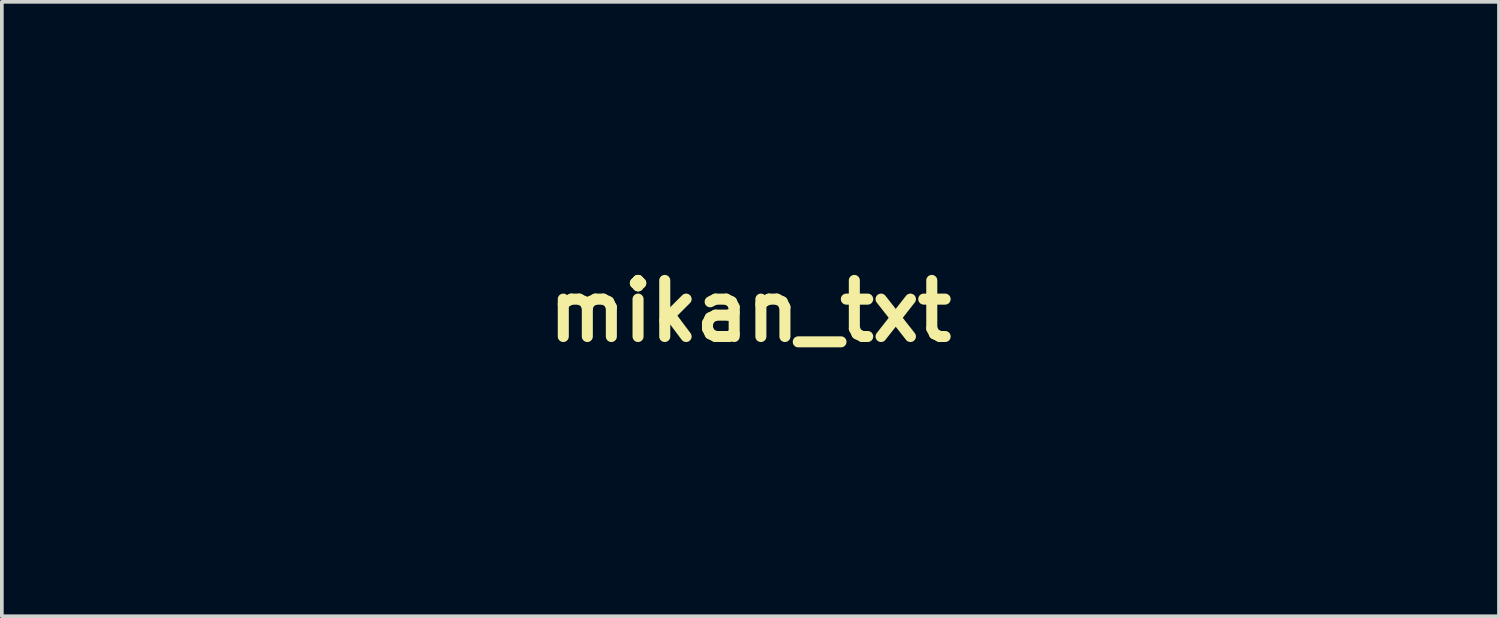
<source format=kicad_pcb>
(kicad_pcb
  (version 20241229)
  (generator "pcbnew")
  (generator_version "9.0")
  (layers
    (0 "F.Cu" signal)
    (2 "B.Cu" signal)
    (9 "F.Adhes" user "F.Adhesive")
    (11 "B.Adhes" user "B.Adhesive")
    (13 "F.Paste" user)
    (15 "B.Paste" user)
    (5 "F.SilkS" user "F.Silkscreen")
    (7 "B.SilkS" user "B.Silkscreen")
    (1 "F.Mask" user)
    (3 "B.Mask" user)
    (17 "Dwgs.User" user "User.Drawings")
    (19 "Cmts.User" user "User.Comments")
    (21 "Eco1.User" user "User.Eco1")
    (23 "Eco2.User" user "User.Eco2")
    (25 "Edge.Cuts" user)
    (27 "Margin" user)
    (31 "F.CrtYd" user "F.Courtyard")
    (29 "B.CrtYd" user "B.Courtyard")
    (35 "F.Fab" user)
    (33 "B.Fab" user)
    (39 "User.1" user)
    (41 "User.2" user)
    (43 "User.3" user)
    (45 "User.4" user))
  (footprint "mikan_txt"
    (layer "F.Cu")
    (at 17.339 5.406)
    (property "Reference" "mikan_txt" (at 0 0 0) (layer "F.SilkS") (effects (font (size 1.524 1.524) (thickness 0.3))))
    (attr through_hole)
    (fp_poly (pts (xy 2.945 -3.384) (xy 3.258 -3.299) (xy 3.611 -3.182) (xy 3.967 -3.043) (xy 4.247 -2.914) (xy 4.85 -2.549) (xy 5.34 -2.123) (xy 5.697 -1.658) (xy 5.888 -1.228) (xy 5.975 -0.769) (xy 5.967 -0.352) (xy 5.867 -0.019) (xy 5.783 0.104) (xy 5.615 0.219) (xy 5.385 0.249) (xy 5.075 0.189) (xy 4.666 0.036) (xy 4.14 -0.214) (xy 4.095 -0.237) (xy 3.153 -0.72) (xy 3.498 -0.889) (xy 3.793 -1.06) (xy 3.938 -1.23) (xy 3.947 -1.433) (xy 3.834 -1.706) (xy 3.83 -1.715) (xy 3.689 -1.94) (xy 3.472 -2.243) (xy 3.217 -2.571) (xy 3.093 -2.721) (xy 2.868 -2.996) (xy 2.698 -3.223) (xy 2.603 -3.37) (xy 2.592 -3.41) (xy 2.71 -3.425) (xy 2.945 -3.384)) (stroke (width 0.01) (type solid)) (fill yes) (layer "F.Mask"))
    (fp_poly (pts (xy 12.609 -5.363) (xy 12.919 -5.272) (xy 12.959 -5.26) (xy 13.354 -5.096) (xy 13.665 -4.898) (xy 13.875 -4.684) (xy 13.964 -4.476) (xy 13.917 -4.292) (xy 13.864 -4.237) (xy 13.743 -4.138) (xy 13.54 -3.974) (xy 13.363 -3.831) (xy 13.068 -3.572) (xy 12.763 -3.272) (xy 12.634 -3.133) (xy 12.472 -2.936) (xy 12.258 -2.658) (xy 12.008 -2.323) (xy 11.741 -1.957) (xy 11.476 -1.585) (xy 11.23 -1.234) (xy 11.022 -0.928) (xy 10.87 -0.694) (xy 10.791 -0.556) (xy 10.786 -0.532) (xy 10.874 -0.544) (xy 11.074 -0.609) (xy 11.324 -0.704) (xy 11.597 -0.81) (xy 11.803 -0.861) (xy 12.009 -0.863) (xy 12.284 -0.823) (xy 12.434 -0.795) (xy 12.932 -0.671) (xy 13.271 -0.519) (xy 13.448 -0.343) (xy 13.461 -0.146) (xy 13.309 0.07) (xy 13.052 0.262) (xy 12.649 0.593) (xy 12.381 1.008) (xy 12.236 1.529) (xy 12.214 1.729) (xy 12.224 2.231) (xy 12.343 2.604) (xy 12.564 2.846) (xy 12.882 2.952) (xy 13.29 2.92) (xy 13.784 2.745) (xy 13.885 2.696) (xy 14.36 2.396) (xy 14.871 1.963) (xy 15.398 1.42) (xy 15.919 0.793) (xy 16.412 0.106) (xy 16.856 -0.615) (xy 17.027 -0.931) (xy 17.313 -1.482) (xy 17.341 -1.193) (xy 17.345 -0.919) (xy 17.321 -0.528) (xy 17.275 -0.07) (xy 17.213 0.406) (xy 17.141 0.852) (xy 17.064 1.217) (xy 17.061 1.228) (xy 16.863 1.823) (xy 16.581 2.432) (xy 16.248 2.988) (xy 15.974 3.347) (xy 15.453 3.817) (xy 14.83 4.161) (xy 14.217 4.357) (xy 13.772 4.446) (xy 13.414 4.473) (xy 13.071 4.439) (xy 12.757 4.366) (xy 12.222 4.143) (xy 11.796 3.792) (xy 11.481 3.319) (xy 11.279 2.728) (xy 11.194 2.024) (xy 11.202 1.498) (xy 11.22 1.094) (xy 11.201 0.838) (xy 11.134 0.713) (xy 11.006 0.7) (xy 10.803 0.779) (xy 10.741 0.81) (xy 10.423 1.031) (xy 10.032 1.402) (xy 9.57 1.921) (xy 9.037 2.588) (xy 8.875 2.802) (xy 8.448 3.356) (xy 8.101 3.775) (xy 7.822 4.067) (xy 7.6 4.239) (xy 7.425 4.3) (xy 7.284 4.257) (xy 7.167 4.12) (xy 7.137 4.063) (xy 7.076 3.86) (xy 7.037 3.567) (xy 7.029 3.372) (xy 7.033 3.176) (xy 7.057 3.006) (xy 7.115 2.83) (xy 7.221 2.614) (xy 7.389 2.328) (xy 7.632 1.939) (xy 7.689 1.848) (xy 8.114 1.175) (xy 8.551 0.474) (xy 8.992 -0.239) (xy 9.427 -0.949) (xy 9.848 -1.642) (xy 10.246 -2.302) (xy 10.611 -2.914) (xy 10.936 -3.464) (xy 11.21 -3.937) (xy 11.426 -4.318) (xy 11.574 -4.592) (xy 11.645 -4.744) (xy 11.65 -4.768) (xy 11.565 -4.911) (xy 11.471 -5.047) (xy 11.409 -5.146) (xy 11.42 -5.21) (xy 11.534 -5.26) (xy 11.778 -5.318) (xy 11.861 -5.336) (xy 12.153 -5.39) (xy 12.378 -5.401) (xy 12.609 -5.363)) (stroke (width 0.01) (type solid)) (fill yes) (layer "F.Mask"))
    (fp_poly (pts (xy -1.675 -5.059) (xy -1.393 -5.014) (xy -1.187 -4.921) (xy -0.98 -4.739) (xy -0.916 -4.671) (xy -0.732 -4.454) (xy -0.632 -4.258) (xy -0.61 -4.037) (xy -0.66 -3.746) (xy -0.76 -3.391) (xy -0.839 -3.112) (xy -0.888 -2.905) (xy -0.895 -2.814) (xy -0.895 -2.814) (xy -0.803 -2.819) (xy -0.601 -2.864) (xy -0.419 -2.914) (xy 0.148 -3.013) (xy 0.665 -2.962) (xy 1.115 -2.765) (xy 1.262 -2.654) (xy 1.652 -2.265) (xy 1.902 -1.868) (xy 2.023 -1.43) (xy 2.025 -0.916) (xy 1.95 -0.439) (xy 1.74 0.438) (xy 1.475 1.308) (xy 1.164 2.147) (xy 0.821 2.932) (xy 0.455 3.639) (xy 0.077 4.244) (xy -0.3 4.724) (xy -0.593 5.001) (xy -0.899 5.208) (xy -1.138 5.288) (xy -1.344 5.247) (xy -1.425 5.199) (xy -1.523 5.082) (xy -1.665 4.848) (xy -1.84 4.528) (xy -2.032 4.15) (xy -2.228 3.744) (xy -2.414 3.339) (xy -2.576 2.966) (xy -2.7 2.653) (xy -2.772 2.43) (xy -2.778 2.327) (xy -2.778 2.326) (xy -2.694 2.348) (xy -2.498 2.429) (xy -2.228 2.554) (xy -2.158 2.587) (xy -1.776 2.762) (xy -1.499 2.85) (xy -1.287 2.856) (xy -1.101 2.783) (xy -0.972 2.693) (xy -0.781 2.476) (xy -0.572 2.128) (xy -0.358 1.684) (xy -0.151 1.179) (xy 0.035 0.647) (xy 0.188 0.124) (xy 0.293 -0.356) (xy 0.338 -0.757) (xy 0.339 -0.806) (xy 0.291 -1.197) (xy 0.142 -1.455) (xy -0.113 -1.587) (xy -0.327 -1.609) (xy -0.65 -1.574) (xy -0.999 -1.485) (xy -1.312 -1.361) (xy -1.528 -1.223) (xy -1.549 -1.201) (xy -1.626 -1.075) (xy -1.752 -0.823) (xy -1.913 -0.48) (xy -2.092 -0.077) (xy -2.161 0.085) (xy -2.526 0.93) (xy -2.841 1.633) (xy -3.117 2.21) (xy -3.361 2.677) (xy -3.582 3.051) (xy -3.789 3.348) (xy -3.991 3.585) (xy -4.009 3.604) (xy -4.242 3.827) (xy -4.447 3.99) (xy -4.584 4.063) (xy -4.596 4.064) (xy -4.778 3.985) (xy -4.92 3.766) (xy -5.01 3.435) (xy -5.036 3.089) (xy -5.028 2.796) (xy -4.985 2.583) (xy -4.883 2.382) (xy -4.697 2.125) (xy -4.685 2.11) (xy -4.486 1.834) (xy -4.259 1.489) (xy -4.017 1.103) (xy -3.778 0.704) (xy -3.557 0.317) (xy -3.369 -0.03) (xy -3.23 -0.309) (xy -3.155 -0.494) (xy -3.151 -0.555) (xy -3.241 -0.546) (xy -3.435 -0.491) (xy -3.562 -0.448) (xy -3.841 -0.375) (xy -4.086 -0.355) (xy -4.151 -0.364) (xy -4.32 -0.446) (xy -4.547 -0.603) (xy -4.793 -0.801) (xy -5.019 -1.008) (xy -5.184 -1.187) (xy -5.249 -1.306) (xy -5.249 -1.308) (xy -5.174 -1.379) (xy -4.944 -1.431) (xy -4.668 -1.458) (xy -4.362 -1.493) (xy -4.07 -1.561) (xy -3.744 -1.679) (xy -3.334 -1.86) (xy -3.196 -1.926) (xy -2.305 -2.351) (xy -2.117 -3.144) (xy -2.005 -3.671) (xy -1.95 -4.081) (xy -1.949 -4.418) (xy -2.001 -4.723) (xy -2.026 -4.815) (xy -2.111 -5.101) (xy -1.675 -5.059)) (stroke (width 0.01) (type solid)) (fill yes) (layer "F.Mask"))
    (fp_poly (pts (xy -11.77 -5.127) (xy -11.422 -5.028) (xy -11.054 -4.891) (xy -10.725 -4.739) (xy -10.497 -4.595) (xy -10.487 -4.587) (xy -10.23 -4.356) (xy -10.739 -3.749) (xy -11.014 -3.399) (xy -11.287 -3.017) (xy -11.509 -2.672) (xy -11.549 -2.603) (xy -11.682 -2.352) (xy -11.847 -2.022) (xy -12.031 -1.642) (xy -12.221 -1.241) (xy -12.401 -0.849) (xy -12.56 -0.495) (xy -12.682 -0.21) (xy -12.756 -0.022) (xy -12.769 0.039) (xy -12.679 0.061) (xy -12.463 0.101) (xy -12.165 0.151) (xy -12.087 0.163) (xy -11.672 0.238) (xy -11.193 0.341) (xy -10.747 0.449) (xy -10.711 0.459) (xy -9.99 0.651) (xy -9.736 -0.141) (xy -9.627 -0.497) (xy -9.541 -0.803) (xy -9.491 -1.017) (xy -9.482 -1.081) (xy -9.543 -1.225) (xy -9.695 -1.401) (xy -9.746 -1.445) (xy -10.011 -1.663) (xy -9.576 -1.942) (xy -9.142 -2.22) (xy -8.696 -2.002) (xy -8.396 -1.83) (xy -8.118 -1.63) (xy -7.998 -1.521) (xy -7.747 -1.259) (xy -8.159 -0.075) (xy -8.301 0.342) (xy -8.418 0.698) (xy -8.5 0.965) (xy -8.539 1.114) (xy -8.54 1.135) (xy -8.455 1.184) (xy -8.261 1.289) (xy -7.998 1.429) (xy -7.976 1.441) (xy -7.395 1.809) (xy -6.971 2.219) (xy -6.707 2.665) (xy -6.605 3.145) (xy -6.604 3.196) (xy -6.67 3.411) (xy -6.83 3.605) (xy -7.027 3.716) (xy -7.091 3.723) (xy -7.32 3.671) (xy -7.648 3.531) (xy -8.04 3.319) (xy -8.458 3.054) (xy -8.716 2.885) (xy -8.922 2.762) (xy -9.034 2.71) (xy -9.038 2.709) (xy -9.113 2.779) (xy -9.226 2.957) (xy -9.299 3.098) (xy -9.542 3.489) (xy -9.883 3.897) (xy -10.272 4.27) (xy -10.659 4.559) (xy -10.79 4.633) (xy -11.173 4.781) (xy -11.606 4.878) (xy -11.721 4.891) (xy -12.234 4.938) (xy -11.932 4.564) (xy -11.492 3.98) (xy -11.088 3.367) (xy -10.759 2.782) (xy -10.653 2.564) (xy -10.535 2.291) (xy -10.455 2.087) (xy -10.429 1.992) (xy -10.43 1.99) (xy -10.564 1.921) (xy -10.819 1.829) (xy -11.16 1.723) (xy -11.554 1.612) (xy -11.967 1.504) (xy -12.366 1.409) (xy -12.718 1.334) (xy -12.989 1.289) (xy -13.144 1.281) (xy -13.167 1.291) (xy -13.217 1.366) (xy -13.342 1.552) (xy -13.522 1.822) (xy -13.718 2.117) (xy -14.277 2.876) (xy -14.837 3.479) (xy -15.393 3.92) (xy -15.696 4.092) (xy -16.188 4.332) (xy -16.389 4.143) (xy -16.554 3.929) (xy -16.68 3.666) (xy -16.686 3.649) (xy -16.77 3.423) (xy -16.904 3.109) (xy -17.059 2.771) (xy -17.079 2.731) (xy -17.234 2.389) (xy -17.315 2.144) (xy -17.318 2.111) (xy -16.256 2.111) (xy -16.206 2.379) (xy -16.066 2.513) (xy -15.851 2.51) (xy -15.576 2.368) (xy -15.403 2.228) (xy -15.218 2.029) (xy -15.02 1.766) (xy -14.838 1.487) (xy -14.704 1.238) (xy -14.648 1.068) (xy -14.647 1.061) (xy -14.717 1.012) (xy -14.899 1.023) (xy -15.147 1.086) (xy -15.418 1.191) (xy -15.488 1.225) (xy -15.885 1.479) (xy -16.145 1.764) (xy -16.254 2.062) (xy -16.256 2.111) (xy -17.318 2.111) (xy -17.334 1.946) (xy -17.319 1.814) (xy -17.172 1.454) (xy -16.881 1.099) (xy -16.474 0.767) (xy -15.975 0.474) (xy -15.41 0.239) (xy -14.806 0.079) (xy -14.704 0.061) (xy -14.042 -0.049) (xy -13.793 -0.638) (xy -13.628 -1.042) (xy -13.463 -1.474) (xy -13.306 -1.904) (xy -13.169 -2.303) (xy -13.061 -2.639) (xy -12.993 -2.885) (xy -12.975 -3.008) (xy -12.978 -3.016) (xy -13.077 -3.015) (xy -13.283 -2.962) (xy -13.478 -2.896) (xy -13.929 -2.727) (xy -14.267 -2.898) (xy -14.755 -3.2) (xy -15.17 -3.564) (xy -15.467 -3.949) (xy -15.478 -3.968) (xy -15.581 -4.169) (xy -15.599 -4.281) (xy -15.511 -4.312) (xy -15.3 -4.272) (xy -15.007 -4.189) (xy -14.774 -4.126) (xy -14.594 -4.107) (xy -14.408 -4.136) (xy -14.153 -4.22) (xy -13.997 -4.278) (xy -13.621 -4.434) (xy -13.193 -4.633) (xy -12.81 -4.83) (xy -12.505 -4.987) (xy -12.239 -5.104) (xy -12.061 -5.162) (xy -12.036 -5.165) (xy -11.77 -5.127)) (stroke (width 0.01) (type solid)) (fill yes) (layer "F.Mask")))
  (gr_rect
    (start -3 -3)
    (end 37.689 13.699)
    (stroke (width 0.1) (type default))
    (fill no)
    (layer "Edge.Cuts")))
</source>
